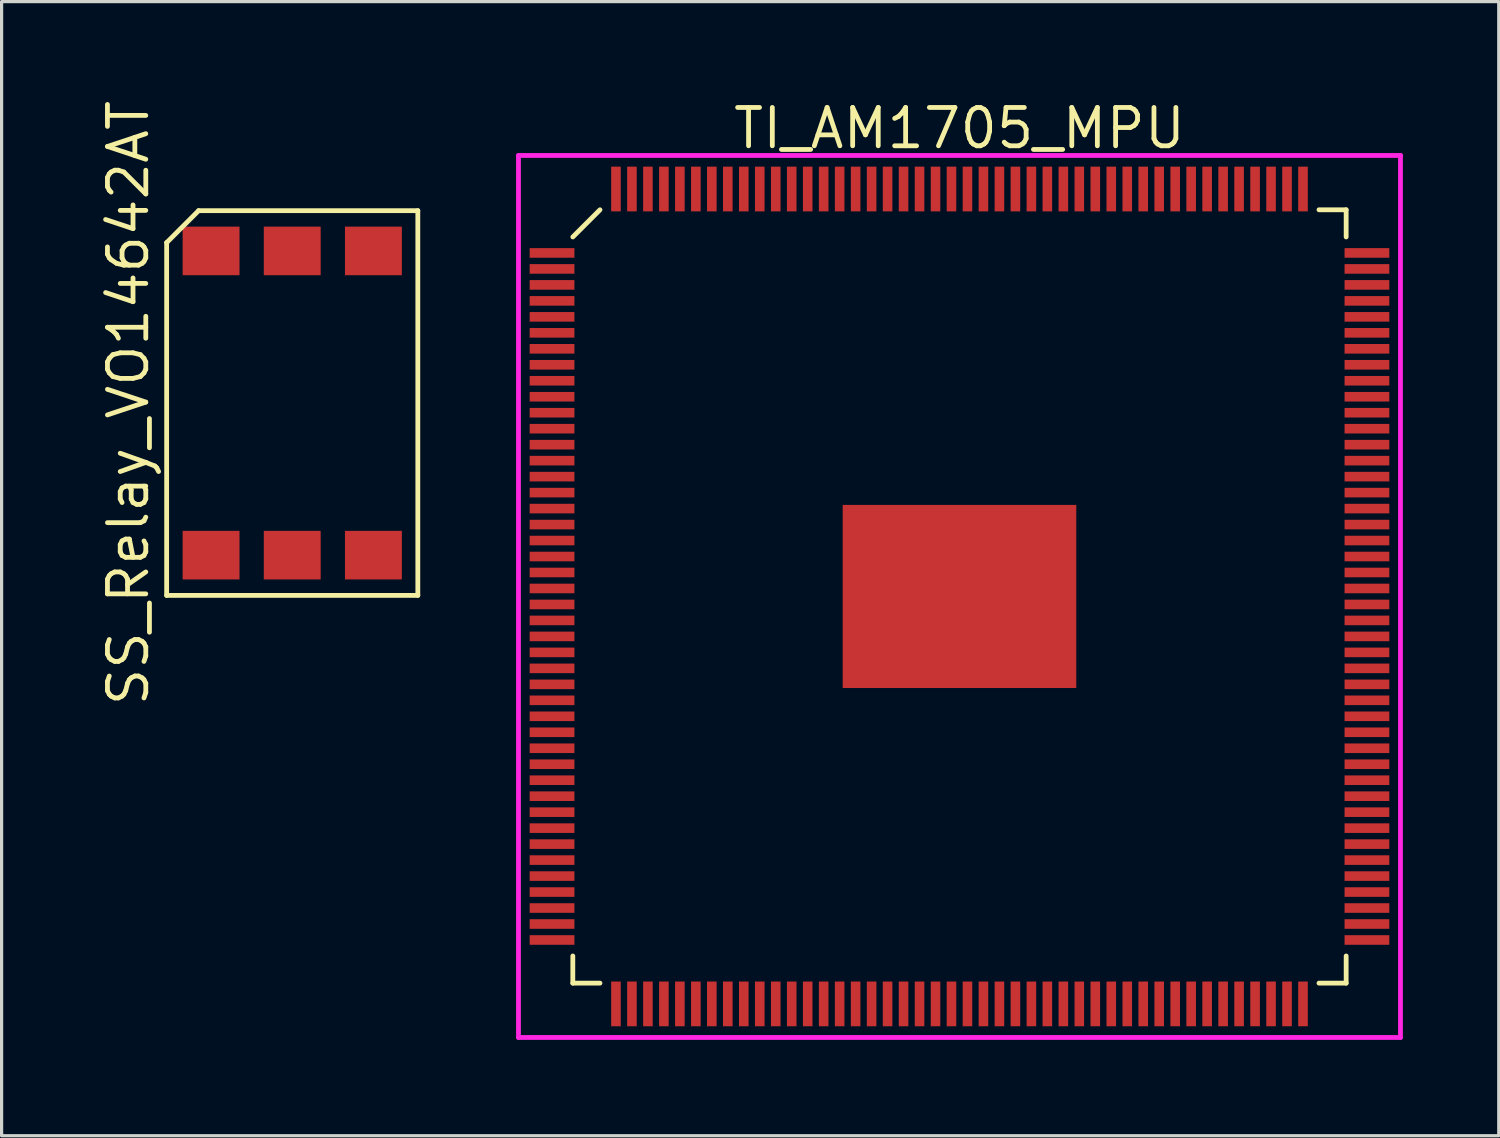
<source format=kicad_pcb>
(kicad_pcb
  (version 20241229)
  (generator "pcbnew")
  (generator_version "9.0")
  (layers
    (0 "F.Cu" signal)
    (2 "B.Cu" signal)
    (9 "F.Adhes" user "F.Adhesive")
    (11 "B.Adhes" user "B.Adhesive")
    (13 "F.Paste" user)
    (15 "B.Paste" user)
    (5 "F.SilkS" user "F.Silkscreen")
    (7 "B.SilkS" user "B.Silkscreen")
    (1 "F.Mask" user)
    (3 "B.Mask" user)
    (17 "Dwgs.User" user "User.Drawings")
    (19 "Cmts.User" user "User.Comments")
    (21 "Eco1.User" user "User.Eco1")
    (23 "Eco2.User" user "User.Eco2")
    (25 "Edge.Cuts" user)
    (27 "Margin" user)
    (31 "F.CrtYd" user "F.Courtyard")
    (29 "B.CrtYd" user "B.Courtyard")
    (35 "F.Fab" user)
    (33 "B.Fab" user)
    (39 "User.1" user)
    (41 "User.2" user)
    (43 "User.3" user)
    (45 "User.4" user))
  (footprint "TI_AM1705_MPU"
    (layer "F.Cu")
    (at 26.975 15.615)
    (property "Reference" "TI_AM1705_MPU" (at 0 -14.65 0) (layer "F.SilkS") (effects (font (size 1.2 1.2) (thickness 0.15))))
    (attr through_hole)
    (fp_line (start -12.1 -11.25) (end -11.25 -12.1) (stroke (width 0.15) (type solid)) (layer "F.SilkS"))
    (fp_line (start -12.1 12.1) (end -12.1 11.25) (stroke (width 0.15) (type solid)) (layer "F.SilkS"))
    (fp_line (start -11.25 12.1) (end -12.1 12.1) (stroke (width 0.15) (type solid)) (layer "F.SilkS"))
    (fp_line (start 11.25 -12.1) (end 12.1 -12.1) (stroke (width 0.15) (type solid)) (layer "F.SilkS"))
    (fp_line (start 11.25 12.1) (end 12.1 12.1) (stroke (width 0.15) (type solid)) (layer "F.SilkS"))
    (fp_line (start 12.1 -12.1) (end 12.1 -11.25) (stroke (width 0.15) (type solid)) (layer "F.SilkS"))
    (fp_line (start 12.1 12.1) (end 12.1 11.25) (stroke (width 0.15) (type solid)) (layer "F.SilkS"))
    (fp_line (start -13.8 -13.8) (end 13.8 -13.8) (stroke (width 0.15) (type solid)) (layer "F.CrtYd"))
    (fp_line (start -13.8 13.8) (end -13.8 -13.8) (stroke (width 0.15) (type solid)) (layer "F.CrtYd"))
    (fp_line (start 13.8 -13.8) (end 13.8 13.8) (stroke (width 0.15) (type solid)) (layer "F.CrtYd"))
    (fp_line (start 13.8 13.8) (end -13.8 13.8) (stroke (width 0.15) (type solid)) (layer "F.CrtYd"))
    (pad "1" smd rect (at -12.75 -10.75 90) (size 0.3 1.4) (layers "F.Cu" "F.Mask" "F.Paste"))
    (pad "2" smd rect (at -12.75 -10.25 90) (size 0.3 1.4) (layers "F.Cu" "F.Mask" "F.Paste"))
    (pad "3" smd rect (at -12.75 -9.75 90) (size 0.3 1.4) (layers "F.Cu" "F.Mask" "F.Paste"))
    (pad "4" smd rect (at -12.75 -9.25 90) (size 0.3 1.4) (layers "F.Cu" "F.Mask" "F.Paste"))
    (pad "5" smd rect (at -12.75 -8.75 90) (size 0.3 1.4) (layers "F.Cu" "F.Mask" "F.Paste"))
    (pad "6" smd rect (at -12.75 -8.25 90) (size 0.3 1.4) (layers "F.Cu" "F.Mask" "F.Paste"))
    (pad "7" smd rect (at -12.75 -7.75 90) (size 0.3 1.4) (layers "F.Cu" "F.Mask" "F.Paste"))
    (pad "8" smd rect (at -12.75 -7.25 90) (size 0.3 1.4) (layers "F.Cu" "F.Mask" "F.Paste"))
    (pad "9" smd rect (at -12.75 -6.75 90) (size 0.3 1.4) (layers "F.Cu" "F.Mask" "F.Paste"))
    (pad "10" smd rect (at -12.75 -6.25 90) (size 0.3 1.4) (layers "F.Cu" "F.Mask" "F.Paste"))
    (pad "11" smd rect (at -12.75 -5.75 90) (size 0.3 1.4) (layers "F.Cu" "F.Mask" "F.Paste"))
    (pad "12" smd rect (at -12.75 -5.25 90) (size 0.3 1.4) (layers "F.Cu" "F.Mask" "F.Paste"))
    (pad "13" smd rect (at -12.75 -4.75 90) (size 0.3 1.4) (layers "F.Cu" "F.Mask" "F.Paste"))
    (pad "14" smd rect (at -12.75 -4.25 90) (size 0.3 1.4) (layers "F.Cu" "F.Mask" "F.Paste"))
    (pad "15" smd rect (at -12.75 -3.75 90) (size 0.3 1.4) (layers "F.Cu" "F.Mask" "F.Paste"))
    (pad "16" smd rect (at -12.75 -3.25 90) (size 0.3 1.4) (layers "F.Cu" "F.Mask" "F.Paste"))
    (pad "17" smd rect (at -12.75 -2.75 90) (size 0.3 1.4) (layers "F.Cu" "F.Mask" "F.Paste"))
    (pad "18" smd rect (at -12.75 -2.25 90) (size 0.3 1.4) (layers "F.Cu" "F.Mask" "F.Paste"))
    (pad "19" smd rect (at -12.75 -1.75 90) (size 0.3 1.4) (layers "F.Cu" "F.Mask" "F.Paste"))
    (pad "20" smd rect (at -12.75 -1.25 90) (size 0.3 1.4) (layers "F.Cu" "F.Mask" "F.Paste"))
    (pad "21" smd rect (at -12.75 -0.75 90) (size 0.3 1.4) (layers "F.Cu" "F.Mask" "F.Paste"))
    (pad "22" smd rect (at -12.75 -0.25 90) (size 0.3 1.4) (layers "F.Cu" "F.Mask" "F.Paste"))
    (pad "23" smd rect (at -12.75 0.25 90) (size 0.3 1.4) (layers "F.Cu" "F.Mask" "F.Paste"))
    (pad "24" smd rect (at -12.75 0.75 90) (size 0.3 1.4) (layers "F.Cu" "F.Mask" "F.Paste"))
    (pad "25" smd rect (at -12.75 1.25 90) (size 0.3 1.4) (layers "F.Cu" "F.Mask" "F.Paste"))
    (pad "26" smd rect (at -12.75 1.75 90) (size 0.3 1.4) (layers "F.Cu" "F.Mask" "F.Paste"))
    (pad "27" smd rect (at -12.75 2.25 90) (size 0.3 1.4) (layers "F.Cu" "F.Mask" "F.Paste"))
    (pad "28" smd rect (at -12.75 2.75 90) (size 0.3 1.4) (layers "F.Cu" "F.Mask" "F.Paste"))
    (pad "29" smd rect (at -12.75 3.25 90) (size 0.3 1.4) (layers "F.Cu" "F.Mask" "F.Paste"))
    (pad "30" smd rect (at -12.75 3.75 90) (size 0.3 1.4) (layers "F.Cu" "F.Mask" "F.Paste"))
    (pad "31" smd rect (at -12.75 4.25 90) (size 0.3 1.4) (layers "F.Cu" "F.Mask" "F.Paste"))
    (pad "32" smd rect (at -12.75 4.75 90) (size 0.3 1.4) (layers "F.Cu" "F.Mask" "F.Paste"))
    (pad "33" smd rect (at -12.75 5.25 90) (size 0.3 1.4) (layers "F.Cu" "F.Mask" "F.Paste"))
    (pad "34" smd rect (at -12.75 5.75 90) (size 0.3 1.4) (layers "F.Cu" "F.Mask" "F.Paste"))
    (pad "35" smd rect (at -12.75 6.25 90) (size 0.3 1.4) (layers "F.Cu" "F.Mask" "F.Paste"))
    (pad "36" smd rect (at -12.75 6.75 90) (size 0.3 1.4) (layers "F.Cu" "F.Mask" "F.Paste"))
    (pad "37" smd rect (at -12.75 7.25 90) (size 0.3 1.4) (layers "F.Cu" "F.Mask" "F.Paste"))
    (pad "38" smd rect (at -12.75 7.75 90) (size 0.3 1.4) (layers "F.Cu" "F.Mask" "F.Paste"))
    (pad "39" smd rect (at -12.75 8.25 90) (size 0.3 1.4) (layers "F.Cu" "F.Mask" "F.Paste"))
    (pad "40" smd rect (at -12.75 8.75 90) (size 0.3 1.4) (layers "F.Cu" "F.Mask" "F.Paste"))
    (pad "41" smd rect (at -12.75 9.25 90) (size 0.3 1.4) (layers "F.Cu" "F.Mask" "F.Paste"))
    (pad "42" smd rect (at -12.75 9.75 90) (size 0.3 1.4) (layers "F.Cu" "F.Mask" "F.Paste"))
    (pad "43" smd rect (at -12.75 10.25 90) (size 0.3 1.4) (layers "F.Cu" "F.Mask" "F.Paste"))
    (pad "44" smd rect (at -12.75 10.75 90) (size 0.3 1.4) (layers "F.Cu" "F.Mask" "F.Paste"))
    (pad "45" smd rect (at -10.75 12.75) (size 0.3 1.4) (layers "F.Cu" "F.Mask" "F.Paste"))
    (pad "46" smd rect (at -10.25 12.75) (size 0.3 1.4) (layers "F.Cu" "F.Mask" "F.Paste"))
    (pad "47" smd rect (at -9.75 12.75) (size 0.3 1.4) (layers "F.Cu" "F.Mask" "F.Paste"))
    (pad "48" smd rect (at -9.25 12.75) (size 0.3 1.4) (layers "F.Cu" "F.Mask" "F.Paste"))
    (pad "49" smd rect (at -8.75 12.75) (size 0.3 1.4) (layers "F.Cu" "F.Mask" "F.Paste"))
    (pad "50" smd rect (at -8.25 12.75) (size 0.3 1.4) (layers "F.Cu" "F.Mask" "F.Paste"))
    (pad "51" smd rect (at -7.75 12.75) (size 0.3 1.4) (layers "F.Cu" "F.Mask" "F.Paste"))
    (pad "52" smd rect (at -7.25 12.75) (size 0.3 1.4) (layers "F.Cu" "F.Mask" "F.Paste"))
    (pad "53" smd rect (at -6.75 12.75) (size 0.3 1.4) (layers "F.Cu" "F.Mask" "F.Paste"))
    (pad "54" smd rect (at -6.25 12.75) (size 0.3 1.4) (layers "F.Cu" "F.Mask" "F.Paste"))
    (pad "55" smd rect (at -5.75 12.75) (size 0.3 1.4) (layers "F.Cu" "F.Mask" "F.Paste"))
    (pad "56" smd rect (at -5.25 12.75) (size 0.3 1.4) (layers "F.Cu" "F.Mask" "F.Paste"))
    (pad "57" smd rect (at -4.75 12.75) (size 0.3 1.4) (layers "F.Cu" "F.Mask" "F.Paste"))
    (pad "58" smd rect (at -4.25 12.75) (size 0.3 1.4) (layers "F.Cu" "F.Mask" "F.Paste"))
    (pad "59" smd rect (at -3.75 12.75) (size 0.3 1.4) (layers "F.Cu" "F.Mask" "F.Paste"))
    (pad "60" smd rect (at -3.25 12.75) (size 0.3 1.4) (layers "F.Cu" "F.Mask" "F.Paste"))
    (pad "61" smd rect (at -2.75 12.75) (size 0.3 1.4) (layers "F.Cu" "F.Mask" "F.Paste"))
    (pad "62" smd rect (at -2.25 12.75) (size 0.3 1.4) (layers "F.Cu" "F.Mask" "F.Paste"))
    (pad "63" smd rect (at -1.75 12.75) (size 0.3 1.4) (layers "F.Cu" "F.Mask" "F.Paste"))
    (pad "64" smd rect (at -1.25 12.75) (size 0.3 1.4) (layers "F.Cu" "F.Mask" "F.Paste"))
    (pad "65" smd rect (at -0.75 12.75) (size 0.3 1.4) (layers "F.Cu" "F.Mask" "F.Paste"))
    (pad "66" smd rect (at -0.25 12.75) (size 0.3 1.4) (layers "F.Cu" "F.Mask" "F.Paste"))
    (pad "67" smd rect (at 0.25 12.75) (size 0.3 1.4) (layers "F.Cu" "F.Mask" "F.Paste"))
    (pad "68" smd rect (at 0.75 12.75) (size 0.3 1.4) (layers "F.Cu" "F.Mask" "F.Paste"))
    (pad "69" smd rect (at 1.25 12.75) (size 0.3 1.4) (layers "F.Cu" "F.Mask" "F.Paste"))
    (pad "70" smd rect (at 1.75 12.75) (size 0.3 1.4) (layers "F.Cu" "F.Mask" "F.Paste"))
    (pad "71" smd rect (at 2.25 12.75) (size 0.3 1.4) (layers "F.Cu" "F.Mask" "F.Paste"))
    (pad "72" smd rect (at 2.75 12.75) (size 0.3 1.4) (layers "F.Cu" "F.Mask" "F.Paste"))
    (pad "73" smd rect (at 3.25 12.75) (size 0.3 1.4) (layers "F.Cu" "F.Mask" "F.Paste"))
    (pad "74" smd rect (at 3.75 12.75) (size 0.3 1.4) (layers "F.Cu" "F.Mask" "F.Paste"))
    (pad "75" smd rect (at 4.25 12.75) (size 0.3 1.4) (layers "F.Cu" "F.Mask" "F.Paste"))
    (pad "76" smd rect (at 4.75 12.75) (size 0.3 1.4) (layers "F.Cu" "F.Mask" "F.Paste"))
    (pad "77" smd rect (at 5.25 12.75) (size 0.3 1.4) (layers "F.Cu" "F.Mask" "F.Paste"))
    (pad "78" smd rect (at 5.75 12.75) (size 0.3 1.4) (layers "F.Cu" "F.Mask" "F.Paste"))
    (pad "79" smd rect (at 6.25 12.75) (size 0.3 1.4) (layers "F.Cu" "F.Mask" "F.Paste"))
    (pad "80" smd rect (at 6.75 12.75) (size 0.3 1.4) (layers "F.Cu" "F.Mask" "F.Paste"))
    (pad "81" smd rect (at 7.25 12.75) (size 0.3 1.4) (layers "F.Cu" "F.Mask" "F.Paste"))
    (pad "82" smd rect (at 7.75 12.75) (size 0.3 1.4) (layers "F.Cu" "F.Mask" "F.Paste"))
    (pad "83" smd rect (at 8.25 12.75) (size 0.3 1.4) (layers "F.Cu" "F.Mask" "F.Paste"))
    (pad "84" smd rect (at 8.75 12.75) (size 0.3 1.4) (layers "F.Cu" "F.Mask" "F.Paste"))
    (pad "85" smd rect (at 9.25 12.75) (size 0.3 1.4) (layers "F.Cu" "F.Mask" "F.Paste"))
    (pad "86" smd rect (at 9.75 12.75) (size 0.3 1.4) (layers "F.Cu" "F.Mask" "F.Paste"))
    (pad "87" smd rect (at 10.25 12.75) (size 0.3 1.4) (layers "F.Cu" "F.Mask" "F.Paste"))
    (pad "88" smd rect (at 10.75 12.75) (size 0.3 1.4) (layers "F.Cu" "F.Mask" "F.Paste"))
    (pad "89" smd rect (at 12.75 10.75 90) (size 0.3 1.4) (layers "F.Cu" "F.Mask" "F.Paste"))
    (pad "90" smd rect (at 12.75 10.25 90) (size 0.3 1.4) (layers "F.Cu" "F.Mask" "F.Paste"))
    (pad "91" smd rect (at 12.75 9.75 90) (size 0.3 1.4) (layers "F.Cu" "F.Mask" "F.Paste"))
    (pad "92" smd rect (at 12.75 9.25 90) (size 0.3 1.4) (layers "F.Cu" "F.Mask" "F.Paste"))
    (pad "93" smd rect (at 12.75 8.75 90) (size 0.3 1.4) (layers "F.Cu" "F.Mask" "F.Paste"))
    (pad "94" smd rect (at 12.75 8.25 90) (size 0.3 1.4) (layers "F.Cu" "F.Mask" "F.Paste"))
    (pad "95" smd rect (at 12.75 7.75 90) (size 0.3 1.4) (layers "F.Cu" "F.Mask" "F.Paste"))
    (pad "96" smd rect (at 12.75 7.25 90) (size 0.3 1.4) (layers "F.Cu" "F.Mask" "F.Paste"))
    (pad "97" smd rect (at 12.75 6.75 90) (size 0.3 1.4) (layers "F.Cu" "F.Mask" "F.Paste"))
    (pad "98" smd rect (at 12.75 6.25 90) (size 0.3 1.4) (layers "F.Cu" "F.Mask" "F.Paste"))
    (pad "99" smd rect (at 12.75 5.75 90) (size 0.3 1.4) (layers "F.Cu" "F.Mask" "F.Paste"))
    (pad "100" smd rect (at 12.75 5.25 90) (size 0.3 1.4) (layers "F.Cu" "F.Mask" "F.Paste"))
    (pad "101" smd rect (at 12.75 4.75 90) (size 0.3 1.4) (layers "F.Cu" "F.Mask" "F.Paste"))
    (pad "102" smd rect (at 12.75 4.25 90) (size 0.3 1.4) (layers "F.Cu" "F.Mask" "F.Paste"))
    (pad "103" smd rect (at 12.75 3.75 90) (size 0.3 1.4) (layers "F.Cu" "F.Mask" "F.Paste"))
    (pad "104" smd rect (at 12.75 3.25 90) (size 0.3 1.4) (layers "F.Cu" "F.Mask" "F.Paste"))
    (pad "105" smd rect (at 12.75 2.75 90) (size 0.3 1.4) (layers "F.Cu" "F.Mask" "F.Paste"))
    (pad "106" smd rect (at 12.75 2.25 90) (size 0.3 1.4) (layers "F.Cu" "F.Mask" "F.Paste"))
    (pad "107" smd rect (at 12.75 1.75 90) (size 0.3 1.4) (layers "F.Cu" "F.Mask" "F.Paste"))
    (pad "108" smd rect (at 12.75 1.25 90) (size 0.3 1.4) (layers "F.Cu" "F.Mask" "F.Paste"))
    (pad "109" smd rect (at 12.75 0.75 90) (size 0.3 1.4) (layers "F.Cu" "F.Mask" "F.Paste"))
    (pad "110" smd rect (at 12.75 0.25 90) (size 0.3 1.4) (layers "F.Cu" "F.Mask" "F.Paste"))
    (pad "111" smd rect (at 12.75 -0.25 90) (size 0.3 1.4) (layers "F.Cu" "F.Mask" "F.Paste"))
    (pad "112" smd rect (at 12.75 -0.75 90) (size 0.3 1.4) (layers "F.Cu" "F.Mask" "F.Paste"))
    (pad "113" smd rect (at 12.75 -1.25 90) (size 0.3 1.4) (layers "F.Cu" "F.Mask" "F.Paste"))
    (pad "114" smd rect (at 12.75 -1.75 90) (size 0.3 1.4) (layers "F.Cu" "F.Mask" "F.Paste"))
    (pad "115" smd rect (at 12.75 -2.25 90) (size 0.3 1.4) (layers "F.Cu" "F.Mask" "F.Paste"))
    (pad "116" smd rect (at 12.75 -2.75 90) (size 0.3 1.4) (layers "F.Cu" "F.Mask" "F.Paste"))
    (pad "117" smd rect (at 12.75 -3.25 90) (size 0.3 1.4) (layers "F.Cu" "F.Mask" "F.Paste"))
    (pad "118" smd rect (at 12.75 -3.75 90) (size 0.3 1.4) (layers "F.Cu" "F.Mask" "F.Paste"))
    (pad "119" smd rect (at 12.75 -4.25 90) (size 0.3 1.4) (layers "F.Cu" "F.Mask" "F.Paste"))
    (pad "120" smd rect (at 12.75 -4.75 90) (size 0.3 1.4) (layers "F.Cu" "F.Mask" "F.Paste"))
    (pad "121" smd rect (at 12.75 -5.25 90) (size 0.3 1.4) (layers "F.Cu" "F.Mask" "F.Paste"))
    (pad "122" smd rect (at 12.75 -5.75 90) (size 0.3 1.4) (layers "F.Cu" "F.Mask" "F.Paste"))
    (pad "123" smd rect (at 12.75 -6.25 90) (size 0.3 1.4) (layers "F.Cu" "F.Mask" "F.Paste"))
    (pad "124" smd rect (at 12.75 -6.75 90) (size 0.3 1.4) (layers "F.Cu" "F.Mask" "F.Paste"))
    (pad "125" smd rect (at 12.75 -7.25 90) (size 0.3 1.4) (layers "F.Cu" "F.Mask" "F.Paste"))
    (pad "126" smd rect (at 12.75 -7.75 90) (size 0.3 1.4) (layers "F.Cu" "F.Mask" "F.Paste"))
    (pad "127" smd rect (at 12.75 -8.25 90) (size 0.3 1.4) (layers "F.Cu" "F.Mask" "F.Paste"))
    (pad "128" smd rect (at 12.75 -8.75 90) (size 0.3 1.4) (layers "F.Cu" "F.Mask" "F.Paste"))
    (pad "129" smd rect (at 12.75 -9.25 90) (size 0.3 1.4) (layers "F.Cu" "F.Mask" "F.Paste"))
    (pad "130" smd rect (at 12.75 -9.75 90) (size 0.3 1.4) (layers "F.Cu" "F.Mask" "F.Paste"))
    (pad "131" smd rect (at 12.75 -10.25 90) (size 0.3 1.4) (layers "F.Cu" "F.Mask" "F.Paste"))
    (pad "132" smd rect (at 12.75 -10.75 90) (size 0.3 1.4) (layers "F.Cu" "F.Mask" "F.Paste"))
    (pad "133" smd rect (at 10.75 -12.75) (size 0.3 1.4) (layers "F.Cu" "F.Mask" "F.Paste"))
    (pad "134" smd rect (at 10.25 -12.75) (size 0.3 1.4) (layers "F.Cu" "F.Mask" "F.Paste"))
    (pad "135" smd rect (at 9.75 -12.75) (size 0.3 1.4) (layers "F.Cu" "F.Mask" "F.Paste"))
    (pad "136" smd rect (at 9.25 -12.75) (size 0.3 1.4) (layers "F.Cu" "F.Mask" "F.Paste"))
    (pad "137" smd rect (at 8.75 -12.75) (size 0.3 1.4) (layers "F.Cu" "F.Mask" "F.Paste"))
    (pad "138" smd rect (at 8.25 -12.75) (size 0.3 1.4) (layers "F.Cu" "F.Mask" "F.Paste"))
    (pad "139" smd rect (at 7.75 -12.75) (size 0.3 1.4) (layers "F.Cu" "F.Mask" "F.Paste"))
    (pad "140" smd rect (at 7.25 -12.75) (size 0.3 1.4) (layers "F.Cu" "F.Mask" "F.Paste"))
    (pad "141" smd rect (at 6.75 -12.75) (size 0.3 1.4) (layers "F.Cu" "F.Mask" "F.Paste"))
    (pad "142" smd rect (at 6.25 -12.75) (size 0.3 1.4) (layers "F.Cu" "F.Mask" "F.Paste"))
    (pad "143" smd rect (at 5.75 -12.75) (size 0.3 1.4) (layers "F.Cu" "F.Mask" "F.Paste"))
    (pad "144" smd rect (at 5.25 -12.75) (size 0.3 1.4) (layers "F.Cu" "F.Mask" "F.Paste"))
    (pad "145" smd rect (at 4.75 -12.75) (size 0.3 1.4) (layers "F.Cu" "F.Mask" "F.Paste"))
    (pad "146" smd rect (at 4.25 -12.75) (size 0.3 1.4) (layers "F.Cu" "F.Mask" "F.Paste"))
    (pad "147" smd rect (at 3.75 -12.75) (size 0.3 1.4) (layers "F.Cu" "F.Mask" "F.Paste"))
    (pad "148" smd rect (at 3.25 -12.75) (size 0.3 1.4) (layers "F.Cu" "F.Mask" "F.Paste"))
    (pad "149" smd rect (at 2.75 -12.75) (size 0.3 1.4) (layers "F.Cu" "F.Mask" "F.Paste"))
    (pad "150" smd rect (at 2.25 -12.75) (size 0.3 1.4) (layers "F.Cu" "F.Mask" "F.Paste"))
    (pad "151" smd rect (at 1.75 -12.75) (size 0.3 1.4) (layers "F.Cu" "F.Mask" "F.Paste"))
    (pad "152" smd rect (at 1.25 -12.75) (size 0.3 1.4) (layers "F.Cu" "F.Mask" "F.Paste"))
    (pad "153" smd rect (at 0.75 -12.75) (size 0.3 1.4) (layers "F.Cu" "F.Mask" "F.Paste"))
    (pad "154" smd rect (at 0.25 -12.75) (size 0.3 1.4) (layers "F.Cu" "F.Mask" "F.Paste"))
    (pad "155" smd rect (at -0.25 -12.75) (size 0.3 1.4) (layers "F.Cu" "F.Mask" "F.Paste"))
    (pad "156" smd rect (at -0.75 -12.75) (size 0.3 1.4) (layers "F.Cu" "F.Mask" "F.Paste"))
    (pad "157" smd rect (at -1.25 -12.75) (size 0.3 1.4) (layers "F.Cu" "F.Mask" "F.Paste"))
    (pad "158" smd rect (at -1.75 -12.75) (size 0.3 1.4) (layers "F.Cu" "F.Mask" "F.Paste"))
    (pad "159" smd rect (at -2.25 -12.75) (size 0.3 1.4) (layers "F.Cu" "F.Mask" "F.Paste"))
    (pad "160" smd rect (at -2.75 -12.75) (size 0.3 1.4) (layers "F.Cu" "F.Mask" "F.Paste"))
    (pad "161" smd rect (at -3.25 -12.75) (size 0.3 1.4) (layers "F.Cu" "F.Mask" "F.Paste"))
    (pad "162" smd rect (at -3.75 -12.75) (size 0.3 1.4) (layers "F.Cu" "F.Mask" "F.Paste"))
    (pad "163" smd rect (at -4.25 -12.75) (size 0.3 1.4) (layers "F.Cu" "F.Mask" "F.Paste"))
    (pad "164" smd rect (at -4.75 -12.75) (size 0.3 1.4) (layers "F.Cu" "F.Mask" "F.Paste"))
    (pad "165" smd rect (at -5.25 -12.75) (size 0.3 1.4) (layers "F.Cu" "F.Mask" "F.Paste"))
    (pad "166" smd rect (at -5.75 -12.75) (size 0.3 1.4) (layers "F.Cu" "F.Mask" "F.Paste"))
    (pad "167" smd rect (at -6.25 -12.75) (size 0.3 1.4) (layers "F.Cu" "F.Mask" "F.Paste"))
    (pad "168" smd rect (at -6.75 -12.75) (size 0.3 1.4) (layers "F.Cu" "F.Mask" "F.Paste"))
    (pad "169" smd rect (at -7.25 -12.75) (size 0.3 1.4) (layers "F.Cu" "F.Mask" "F.Paste"))
    (pad "170" smd rect (at -7.75 -12.75) (size 0.3 1.4) (layers "F.Cu" "F.Mask" "F.Paste"))
    (pad "171" smd rect (at -8.25 -12.75) (size 0.3 1.4) (layers "F.Cu" "F.Mask" "F.Paste"))
    (pad "172" smd rect (at -8.75 -12.75) (size 0.3 1.4) (layers "F.Cu" "F.Mask" "F.Paste"))
    (pad "173" smd rect (at -9.25 -12.75) (size 0.3 1.4) (layers "F.Cu" "F.Mask" "F.Paste"))
    (pad "174" smd rect (at -9.75 -12.75) (size 0.3 1.4) (layers "F.Cu" "F.Mask" "F.Paste"))
    (pad "175" smd rect (at -10.25 -12.75) (size 0.3 1.4) (layers "F.Cu" "F.Mask" "F.Paste"))
    (pad "176" smd rect (at -10.75 -12.75) (size 0.3 1.4) (layers "F.Cu" "F.Mask" "F.Paste"))
    (pad "177" smd rect (at 0 0) (size 7.31 5.73) (layers "F.Cu" "F.Mask" "F.Paste")))
  (footprint "SS_Relay_VO14642AT"
    (layer "F.Cu")
    (at 6.095 9.562)
    (property "Reference" "SS_Relay_VO14642AT" (at -5.13 0 90) (layer "F.SilkS") (effects (font (size 1.2 1.2) (thickness 0.15))))
    (attr through_hole)
    (fp_line (start -3.93 -5.02) (end -3.93 6.02) (stroke (width 0.15) (type solid)) (layer "F.SilkS"))
    (fp_line (start -3.93 6.02) (end 3.93 6.02) (stroke (width 0.15) (type solid)) (layer "F.SilkS"))
    (fp_line (start -2.93 -6.02) (end -3.93 -5.02) (stroke (width 0.15) (type solid)) (layer "F.SilkS"))
    (fp_line (start 3.93 -6.02) (end -2.93 -6.02) (stroke (width 0.15) (type solid)) (layer "F.SilkS"))
    (fp_line (start 3.93 6.02) (end 3.93 -6.02) (stroke (width 0.15) (type solid)) (layer "F.SilkS"))
    (pad "1" smd rect (at -2.54 4.76) (size 1.78 1.52) (layers "F.Cu" "F.Mask" "F.Paste"))
    (pad "2" smd rect (at 0 4.76) (size 1.78 1.52) (layers "F.Cu" "F.Mask" "F.Paste"))
    (pad "3" smd rect (at 2.54 4.76) (size 1.78 1.52) (layers "F.Cu" "F.Mask" "F.Paste"))
    (pad "4" smd rect (at 2.54 -4.76) (size 1.78 1.52) (layers "F.Cu" "F.Mask" "F.Paste"))
    (pad "5" smd rect (at 0 -4.76) (size 1.78 1.52) (layers "F.Cu" "F.Mask" "F.Paste"))
    (pad "6" smd rect (at -2.54 -4.76) (size 1.78 1.52) (layers "F.Cu" "F.Mask" "F.Paste")))
  (gr_rect
    (start -3 -3)
    (end 43.85 32.49)
    (stroke (width 0.1) (type default))
    (fill no)
    (layer "Edge.Cuts")))
</source>
